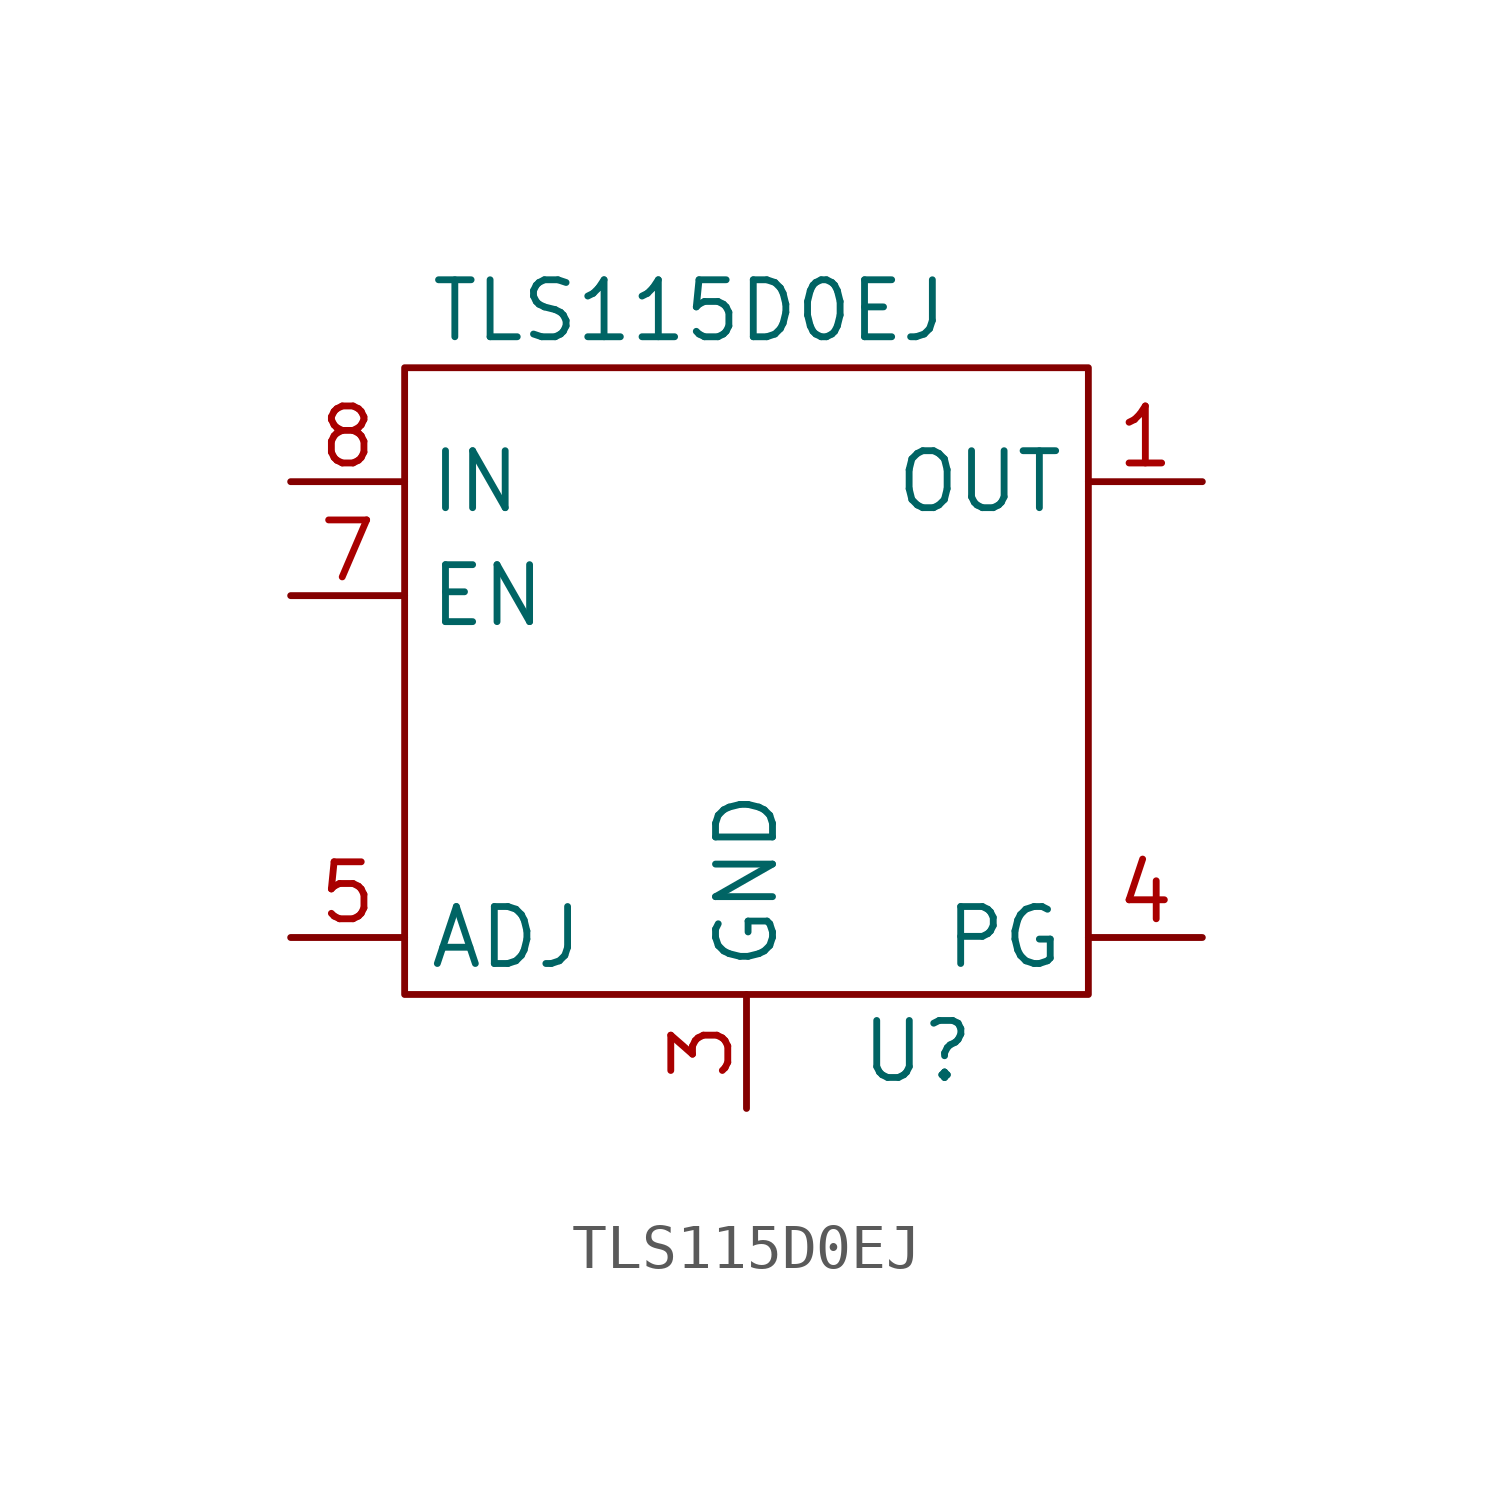
<source format=kicad_sym>
(kicad_symbol_lib
  (version 20201005)
  (generator kicad_symbol_editor)
  (symbol "tls115:TLS115D0EJ"
    (property "Reference" "U"
      (at 1.27 -2.54 0)
      (effects (font (size 1.27 1.27))))
    (property "Value" "TLS115D0EJ"
      (at -3.81 13.97 0)
      (effects (font (size 1.27 1.27))))
    (symbol "TLS115D0EJ_0_1"
      (rectangle (start -10.16 -1.27) (end 5.08 12.7) (stroke (width 0.152)) (fill (type none))))
    (symbol "TLS115D0EJ_1_1"
      (pin power_out line (at 7.62 10.16 180) (length 2.54) (name "OUT" (effects (font (size 1.27 1.27)))) (number "1" (effects (font (size 1.27 1.27)))))
      (pin power_in line (at -2.54 -3.81 90) (length 2.54) (name "GND" (effects (font (size 1.27 1.27)))) (number "3" (effects (font (size 1.27 1.27)))))
      (pin output line (at 7.62 0 180) (length 2.54) (name "PG" (effects (font (size 1.27 1.27)))) (number "4" (effects (font (size 1.27 1.27)))))
      (pin input line (at -12.7 0 0) (length 2.54) (name "ADJ" (effects (font (size 1.27 1.27)))) (number "5" (effects (font (size 1.27 1.27)))))
      (pin input line (at -12.7 7.62 0) (length 2.54) (name "EN" (effects (font (size 1.27 1.27)))) (number "7" (effects (font (size 1.27 1.27)))))
      (pin power_in line (at -12.7 10.16 0) (length 2.54) (name "IN" (effects (font (size 1.27 1.27)))) (number "8" (effects (font (size 1.27 1.27)))))
      (pin power_in line (at -2.54 -3.81 90) (length 2.54) hide (name "GND" (effects (font (size 1.27 1.27)))) (number "9" (effects (font (size 1.27 1.27))))))))
</source>
